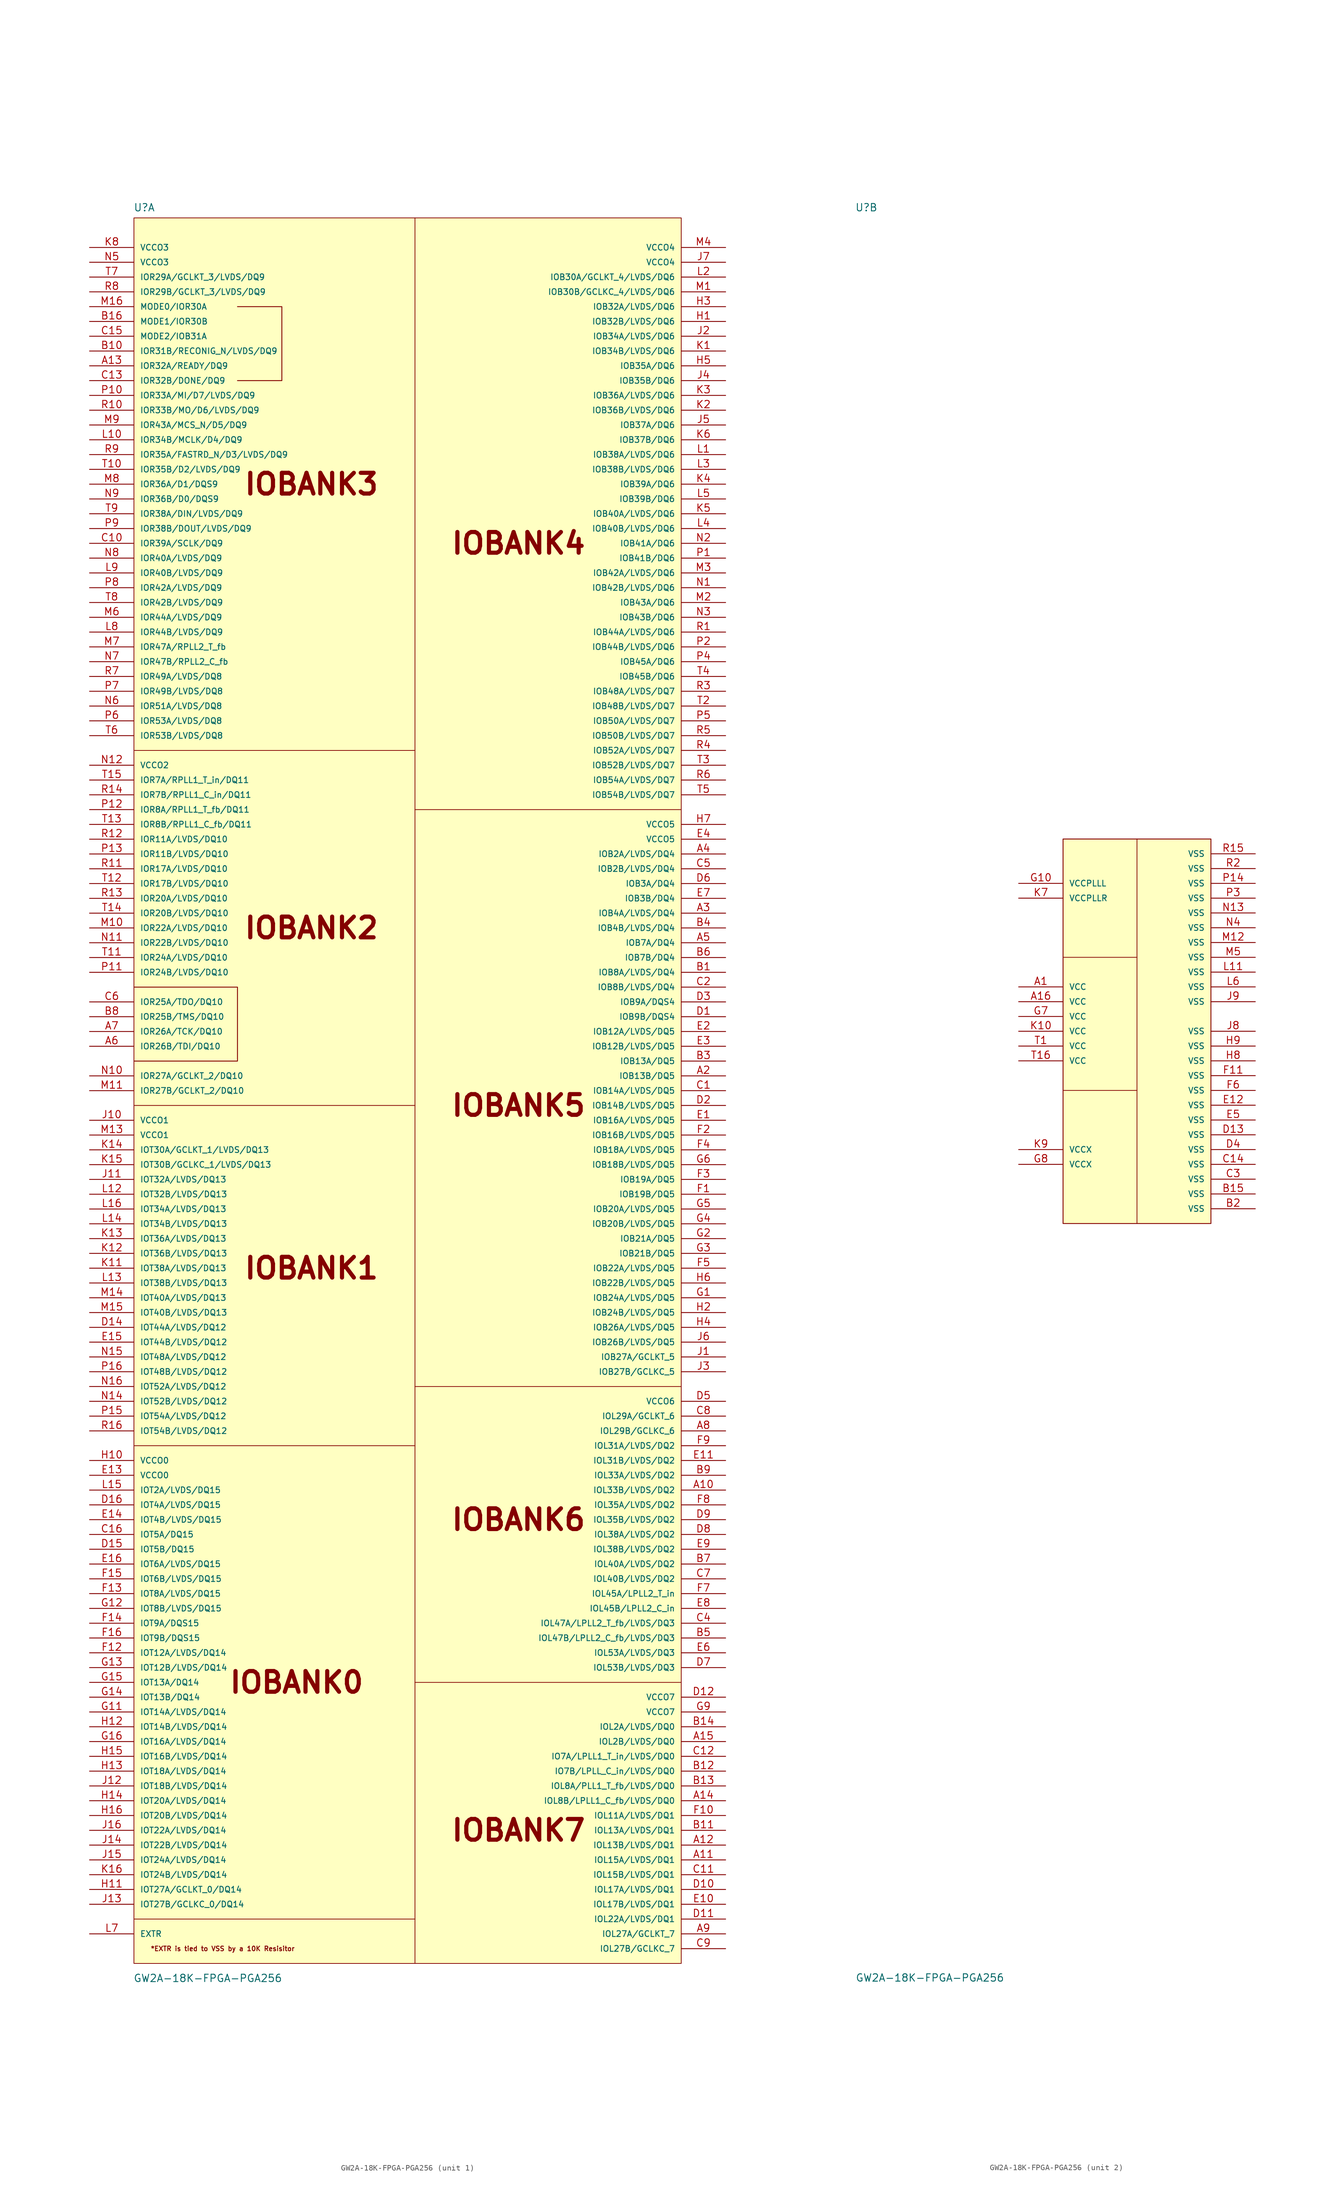
<source format=kicad_sym>
(kicad_symbol_lib
  (version 20211014)
  (generator kicad_symbol_editor)
  (symbol "GW2A-18K-FPGA-PGA256"
    (pin_names
      (offset 1.016))
    (property "Reference" "U"
      (at -46.482 146.558 0)
      (effects (font (size 1.27 1.27))))
    (property "Value" "GW2A-18K-FPGA-PGA256"
      (at -35.56 -157.48 0)
      (effects (font (size 1.27 1.27))))
    (property "ki_locked" ""
      (at 0 0 0)
      (effects (font (size 1.27 1.27))))
    (symbol "GW2A-18K-FPGA-PGA256_1_0"
      (polyline (pts (xy -48.26 -66.04) (xy 0 -66.04)) (stroke (width 0.127) (type default) (color 0 0 0 0)) (fill (type none)))
      (polyline (pts (xy -48.26 -7.62) (xy 0 -7.62)) (stroke (width 0.127) (type default) (color 0 0 0 0)) (fill (type none)))
      (polyline (pts (xy -48.26 53.34) (xy 0 53.34)) (stroke (width 0.127) (type default) (color 0 0 0 0)) (fill (type none)))
      (polyline (pts (xy 0 -147.32) (xy 0 -154.94)) (stroke (width 0.127) (type default) (color 0 0 0 0)) (fill (type none)))
      (polyline (pts (xy 45.72 -106.68) (xy 0 -106.68)) (stroke (width 0.127) (type default) (color 0 0 0 0)) (fill (type none)))
      (polyline (pts (xy 45.72 -55.88) (xy 0 -55.88)) (stroke (width 0.127) (type default) (color 0 0 0 0)) (fill (type none)))
      (polyline (pts (xy 45.72 43.18) (xy 0 43.18)) (stroke (width 0.127) (type default) (color 0 0 0 0)) (fill (type none)))
      (polyline (pts (xy 0 144.78) (xy 0 132.08) (xy 0 -147.32) (xy -48.26 -147.32)) (stroke (width 0.127) (type default) (color 0 0 0 0)) (fill (type none)))
      (text "*EXTR is tied to VSS by a 10K Resisitor" (at -33.02 -152.4 0) (effects (font (size 0.8 0.8))))
      (text "IOBANK0" (at -20.32 -106.68 0) (effects (font (size 3.556 3.556) bold)))
      (text "IOBANK1" (at -17.78 -35.56 0) (effects (font (size 3.556 3.556) bold)))
      (text "IOBANK2" (at -17.78 22.86 0) (effects (font (size 3.556 3.556) bold)))
      (text "IOBANK3" (at -17.78 99.06 0) (effects (font (size 3.556 3.556) bold)))
      (text "IOBANK4" (at 17.78 88.9 0) (effects (font (size 3.556 3.556) bold)))
      (text "IOBANK5" (at 17.78 -7.62 0) (effects (font (size 3.556 3.556) bold)))
      (text "IOBANK6" (at 17.78 -78.74 0) (effects (font (size 3.556 3.556) bold)))
      (text "IOBANK7" (at 17.78 -132.08 0) (effects (font (size 3.556 3.556) bold))))
    (symbol "GW2A-18K-FPGA-PGA256_1_1"
      (rectangle (start -48.26 144.78) (end 45.72 -154.94) (stroke (width 0.127) (type default) (color 0 0 0 0)) (fill (type background)))
      (polyline (pts (xy -48.26 12.7) (xy -30.48 12.7) (xy -30.48 0) (xy -48.26 0)) (stroke (width 0) (type default) (color 0 0 0 0)) (fill (type none)))
      (polyline (pts (xy -30.48 129.54) (xy -22.86 129.54) (xy -22.86 116.84) (xy -30.48 116.84)) (stroke (width 0) (type default) (color 0 0 0 0)) (fill (type none)))
      (pin bidirectional line (at 53.34 -73.66 180) (length 7.62) (name "IOL33B/LVDS/DQ2" (effects (font (size 1 1)))) (number "A10" (effects (font (size 1.27 1.27)))))
      (pin bidirectional line (at 53.34 -137.16 180) (length 7.62) (name "IOL15A/LVDS/DQ1" (effects (font (size 1 1)))) (number "A11" (effects (font (size 1.27 1.27)))))
      (pin bidirectional line (at 53.34 -134.62 180) (length 7.62) (name "IOL13B/LVDS/DQ1" (effects (font (size 1 1)))) (number "A12" (effects (font (size 1.27 1.27)))))
      (pin bidirectional line (at -55.88 119.38 0) (length 7.62) (name "IOR32A/READY/DQ9" (effects (font (size 1 1)))) (number "A13" (effects (font (size 1.27 1.27)))))
      (pin bidirectional line (at 53.34 -127 180) (length 7.62) (name "IOL8B/LPLL1_C_fb/LVDS/DQ0" (effects (font (size 1 1)))) (number "A14" (effects (font (size 1.27 1.27)))))
      (pin bidirectional line (at 53.34 -116.84 180) (length 7.62) (name "IOL2B/LVDS/DQ0" (effects (font (size 1 1)))) (number "A15" (effects (font (size 1.27 1.27)))))
      (pin bidirectional line (at 53.34 -2.54 180) (length 7.62) (name "IOB13B/DQ5" (effects (font (size 1 1)))) (number "A2" (effects (font (size 1.27 1.27)))))
      (pin bidirectional line (at 53.34 25.4 180) (length 7.62) (name "IOB4A/LVDS/DQ4" (effects (font (size 1 1)))) (number "A3" (effects (font (size 1.27 1.27)))))
      (pin bidirectional line (at 53.34 35.56 180) (length 7.62) (name "IOB2A/LVDS/DQ4" (effects (font (size 1 1)))) (number "A4" (effects (font (size 1.27 1.27)))))
      (pin bidirectional line (at 53.34 20.32 180) (length 7.62) (name "IOB7A/DQ4" (effects (font (size 1 1)))) (number "A5" (effects (font (size 1.27 1.27)))))
      (pin output line (at -55.88 2.54 0) (length 7.62) (name "IOR26B/TDI/DQ10" (effects (font (size 1 1)))) (number "A6" (effects (font (size 1.27 1.27)))))
      (pin bidirectional line (at -55.88 5.08 0) (length 7.62) (name "IOR26A/TCK/DQ10" (effects (font (size 1 1)))) (number "A7" (effects (font (size 1.27 1.27)))))
      (pin bidirectional line (at 53.34 -63.5 180) (length 7.62) (name "IOL29B/GCLKC_6" (effects (font (size 1 1)))) (number "A8" (effects (font (size 1.27 1.27)))))
      (pin bidirectional line (at 53.34 -149.86 180) (length 7.62) (name "IOL27A/GCLKT_7" (effects (font (size 1 1)))) (number "A9" (effects (font (size 1.27 1.27)))))
      (pin bidirectional line (at 53.34 15.24 180) (length 7.62) (name "IOB8A/LVDS/DQ4" (effects (font (size 1 1)))) (number "B1" (effects (font (size 1.27 1.27)))))
      (pin bidirectional line (at -55.88 121.92 0) (length 7.62) (name "IOR31B/RECONIG_N/LVDS/DQ9" (effects (font (size 1 1)))) (number "B10" (effects (font (size 1.27 1.27)))))
      (pin bidirectional line (at 53.34 -132.08 180) (length 7.62) (name "IOL13A/LVDS/DQ1" (effects (font (size 1 1)))) (number "B11" (effects (font (size 1.27 1.27)))))
      (pin bidirectional line (at 53.34 -121.92 180) (length 7.62) (name "IO7B/LPLL_C_in/LVDS/DQ0" (effects (font (size 1 1)))) (number "B12" (effects (font (size 1.27 1.27)))))
      (pin bidirectional line (at 53.34 -124.46 180) (length 7.62) (name "IOL8A/PLL1_T_fb/LVDS/DQ0" (effects (font (size 1 1)))) (number "B13" (effects (font (size 1.27 1.27)))))
      (pin bidirectional line (at 53.34 -114.3 180) (length 7.62) (name "IOL2A/LVDS/DQ0" (effects (font (size 1 1)))) (number "B14" (effects (font (size 1.27 1.27)))))
      (pin bidirectional line (at -55.88 127 0) (length 7.62) (name "MODE1/IOR30B" (effects (font (size 1 1)))) (number "B16" (effects (font (size 1.27 1.27)))))
      (pin bidirectional line (at 53.34 0 180) (length 7.62) (name "IOB13A/DQ5" (effects (font (size 1 1)))) (number "B3" (effects (font (size 1.27 1.27)))))
      (pin bidirectional line (at 53.34 22.86 180) (length 7.62) (name "IOB4B/LVDS/DQ4" (effects (font (size 1 1)))) (number "B4" (effects (font (size 1.27 1.27)))))
      (pin bidirectional line (at 53.34 -99.06 180) (length 7.62) (name "IOL47B/LPLL2_C_fb/LVDS/DQ3" (effects (font (size 1 1)))) (number "B5" (effects (font (size 1.27 1.27)))))
      (pin bidirectional line (at 53.34 17.78 180) (length 7.62) (name "IOB7B/DQ4" (effects (font (size 1 1)))) (number "B6" (effects (font (size 1.27 1.27)))))
      (pin bidirectional line (at 53.34 -86.36 180) (length 7.62) (name "IOL40A/LVDS/DQ2" (effects (font (size 1 1)))) (number "B7" (effects (font (size 1.27 1.27)))))
      (pin bidirectional line (at -55.88 7.62 0) (length 7.62) (name "IOR25B/TMS/DQ10" (effects (font (size 1 1)))) (number "B8" (effects (font (size 1.27 1.27)))))
      (pin bidirectional line (at 53.34 -71.12 180) (length 7.62) (name "IOL33A/LVDS/DQ2" (effects (font (size 1 1)))) (number "B9" (effects (font (size 1.27 1.27)))))
      (pin bidirectional line (at 53.34 -5.08 180) (length 7.62) (name "IOB14A/LVDS/DQ5" (effects (font (size 1 1)))) (number "C1" (effects (font (size 1.27 1.27)))))
      (pin bidirectional line (at -55.88 88.9 0) (length 7.62) (name "IOR39A/SCLK/DQ9" (effects (font (size 1 1)))) (number "C10" (effects (font (size 1.27 1.27)))))
      (pin bidirectional line (at 53.34 -139.7 180) (length 7.62) (name "IOL15B/LVDS/DQ1" (effects (font (size 1 1)))) (number "C11" (effects (font (size 1.27 1.27)))))
      (pin bidirectional line (at 53.34 -119.38 180) (length 7.62) (name "IO7A/LPLL1_T_in/LVDS/DQ0" (effects (font (size 1 1)))) (number "C12" (effects (font (size 1.27 1.27)))))
      (pin bidirectional line (at -55.88 116.84 0) (length 7.62) (name "IOR32B/DONE/DQ9" (effects (font (size 1 1)))) (number "C13" (effects (font (size 1.27 1.27)))))
      (pin bidirectional line (at -55.88 124.46 0) (length 7.62) (name "MODE2/IOB31A" (effects (font (size 1 1)))) (number "C15" (effects (font (size 1.27 1.27)))))
      (pin bidirectional line (at -55.88 -81.28 0) (length 7.62) (name "IOT5A/DQ15" (effects (font (size 1 1)))) (number "C16" (effects (font (size 1.27 1.27)))))
      (pin bidirectional line (at 53.34 12.7 180) (length 7.62) (name "IOB8B/LVDS/DQ4" (effects (font (size 1 1)))) (number "C2" (effects (font (size 1.27 1.27)))))
      (pin bidirectional line (at 53.34 -96.52 180) (length 7.62) (name "IOL47A/LPLL2_T_fb/LVDS/DQ3" (effects (font (size 1 1)))) (number "C4" (effects (font (size 1.27 1.27)))))
      (pin bidirectional line (at 53.34 33.02 180) (length 7.62) (name "IOB2B/LVDS/DQ4" (effects (font (size 1 1)))) (number "C5" (effects (font (size 1.27 1.27)))))
      (pin bidirectional line (at -55.88 10.16 0) (length 7.62) (name "IOR25A/TDO/DQ10" (effects (font (size 1 1)))) (number "C6" (effects (font (size 1.27 1.27)))))
      (pin bidirectional line (at 53.34 -88.9 180) (length 7.62) (name "IOL40B/LVDS/DQ2" (effects (font (size 1 1)))) (number "C7" (effects (font (size 1.27 1.27)))))
      (pin bidirectional line (at 53.34 -60.96 180) (length 7.62) (name "IOL29A/GCLKT_6" (effects (font (size 1 1)))) (number "C8" (effects (font (size 1.27 1.27)))))
      (pin bidirectional line (at 53.34 -152.4 180) (length 7.62) (name "IOL27B/GCLKC_7" (effects (font (size 1 1)))) (number "C9" (effects (font (size 1.27 1.27)))))
      (pin bidirectional line (at 53.34 7.62 180) (length 7.62) (name "IOB9B/DQS4" (effects (font (size 1 1)))) (number "D1" (effects (font (size 1.27 1.27)))))
      (pin bidirectional line (at 53.34 -142.24 180) (length 7.62) (name "IOL17A/LVDS/DQ1" (effects (font (size 1 1)))) (number "D10" (effects (font (size 1.27 1.27)))))
      (pin bidirectional line (at 53.34 -147.32 180) (length 7.62) (name "IOL22A/LVDS/DQ1" (effects (font (size 1 1)))) (number "D11" (effects (font (size 1.27 1.27)))))
      (pin power_in line (at 53.34 -109.22 180) (length 7.62) (name "VCCO7" (effects (font (size 1 1)))) (number "D12" (effects (font (size 1.27 1.27)))))
      (pin bidirectional line (at -55.88 -45.72 0) (length 7.62) (name "IOT44A/LVDS/DQ12" (effects (font (size 1 1)))) (number "D14" (effects (font (size 1.27 1.27)))))
      (pin bidirectional line (at -55.88 -83.82 0) (length 7.62) (name "IOT5B/DQ15" (effects (font (size 1 1)))) (number "D15" (effects (font (size 1.27 1.27)))))
      (pin bidirectional line (at -55.88 -76.2 0) (length 7.62) (name "IOT4A/LVDS/DQ15" (effects (font (size 1 1)))) (number "D16" (effects (font (size 1.27 1.27)))))
      (pin bidirectional line (at 53.34 -7.62 180) (length 7.62) (name "IOB14B/LVDS/DQ5" (effects (font (size 1 1)))) (number "D2" (effects (font (size 1.27 1.27)))))
      (pin bidirectional line (at 53.34 10.16 180) (length 7.62) (name "IOB9A/DQS4" (effects (font (size 1 1)))) (number "D3" (effects (font (size 1.27 1.27)))))
      (pin power_in line (at 53.34 -58.42 180) (length 7.62) (name "VCCO6" (effects (font (size 1 1)))) (number "D5" (effects (font (size 1.27 1.27)))))
      (pin bidirectional line (at 53.34 30.48 180) (length 7.62) (name "IOB3A/DQ4" (effects (font (size 1 1)))) (number "D6" (effects (font (size 1.27 1.27)))))
      (pin bidirectional line (at 53.34 -104.14 180) (length 7.62) (name "IOL53B/LVDS/DQ3" (effects (font (size 1 1)))) (number "D7" (effects (font (size 1.27 1.27)))))
      (pin bidirectional line (at 53.34 -81.28 180) (length 7.62) (name "IOL38A/LVDS/DQ2" (effects (font (size 1 1)))) (number "D8" (effects (font (size 1.27 1.27)))))
      (pin bidirectional line (at 53.34 -78.74 180) (length 7.62) (name "IOL35B/LVDS/DQ2" (effects (font (size 1 1)))) (number "D9" (effects (font (size 1.27 1.27)))))
      (pin bidirectional line (at 53.34 -10.16 180) (length 7.62) (name "IOB16A/LVDS/DQ5" (effects (font (size 1 1)))) (number "E1" (effects (font (size 1.27 1.27)))))
      (pin bidirectional line (at 53.34 -144.78 180) (length 7.62) (name "IOL17B/LVDS/DQ1" (effects (font (size 1 1)))) (number "E10" (effects (font (size 1.27 1.27)))))
      (pin bidirectional line (at 53.34 -68.58 180) (length 7.62) (name "IOL31B/LVDS/DQ2" (effects (font (size 1 1)))) (number "E11" (effects (font (size 1.27 1.27)))))
      (pin power_in line (at -55.88 -71.12 0) (length 7.62) (name "VCCO0" (effects (font (size 1 1)))) (number "E13" (effects (font (size 1.27 1.27)))))
      (pin bidirectional line (at -55.88 -78.74 0) (length 7.62) (name "IOT4B/LVDS/DQ15" (effects (font (size 1 1)))) (number "E14" (effects (font (size 1.27 1.27)))))
      (pin bidirectional line (at -55.88 -48.26 0) (length 7.62) (name "IOT44B/LVDS/DQ12" (effects (font (size 1 1)))) (number "E15" (effects (font (size 1.27 1.27)))))
      (pin bidirectional line (at -55.88 -86.36 0) (length 7.62) (name "IOT6A/LVDS/DQ15" (effects (font (size 1 1)))) (number "E16" (effects (font (size 1.27 1.27)))))
      (pin bidirectional line (at 53.34 5.08 180) (length 7.62) (name "IOB12A/LVDS/DQ5" (effects (font (size 1 1)))) (number "E2" (effects (font (size 1.27 1.27)))))
      (pin bidirectional line (at 53.34 2.54 180) (length 7.62) (name "IOB12B/LVDS/DQ5" (effects (font (size 1 1)))) (number "E3" (effects (font (size 1.27 1.27)))))
      (pin power_in line (at 53.34 38.1 180) (length 7.62) (name "VCCO5" (effects (font (size 1 1)))) (number "E4" (effects (font (size 1.27 1.27)))))
      (pin bidirectional line (at 53.34 -101.6 180) (length 7.62) (name "IOL53A/LVDS/DQ3" (effects (font (size 1 1)))) (number "E6" (effects (font (size 1.27 1.27)))))
      (pin bidirectional line (at 53.34 27.94 180) (length 7.62) (name "IOB3B/DQ4" (effects (font (size 1 1)))) (number "E7" (effects (font (size 1.27 1.27)))))
      (pin bidirectional line (at 53.34 -93.98 180) (length 7.62) (name "IOL45B/LPLL2_C_in" (effects (font (size 1 1)))) (number "E8" (effects (font (size 1.27 1.27)))))
      (pin bidirectional line (at 53.34 -83.82 180) (length 7.62) (name "IOL38B/LVDS/DQ2" (effects (font (size 1 1)))) (number "E9" (effects (font (size 1.27 1.27)))))
      (pin bidirectional line (at 53.34 -22.86 180) (length 7.62) (name "IOB19B/DQ5" (effects (font (size 1 1)))) (number "F1" (effects (font (size 1.27 1.27)))))
      (pin bidirectional line (at 53.34 -129.54 180) (length 7.62) (name "IOL11A/LVDS/DQ1" (effects (font (size 1 1)))) (number "F10" (effects (font (size 1.27 1.27)))))
      (pin bidirectional line (at -55.88 -101.6 0) (length 7.62) (name "IOT12A/LVDS/DQ14" (effects (font (size 1 1)))) (number "F12" (effects (font (size 1.27 1.27)))))
      (pin input line (at -55.88 -91.44 0) (length 7.62) (name "IOT8A/LVDS/DQ15" (effects (font (size 1 1)))) (number "F13" (effects (font (size 1.27 1.27)))))
      (pin bidirectional line (at -55.88 -96.52 0) (length 7.62) (name "IOT9A/DQS15" (effects (font (size 1 1)))) (number "F14" (effects (font (size 1.27 1.27)))))
      (pin input line (at -55.88 -88.9 0) (length 7.62) (name "IOT6B/LVDS/DQ15" (effects (font (size 1 1)))) (number "F15" (effects (font (size 1.27 1.27)))))
      (pin bidirectional line (at -55.88 -99.06 0) (length 7.62) (name "IOT9B/DQS15" (effects (font (size 1 1)))) (number "F16" (effects (font (size 1.27 1.27)))))
      (pin bidirectional line (at 53.34 -12.7 180) (length 7.62) (name "IOB16B/LVDS/DQ5" (effects (font (size 1 1)))) (number "F2" (effects (font (size 1.27 1.27)))))
      (pin bidirectional line (at 53.34 -20.32 180) (length 7.62) (name "IOB19A/DQ5" (effects (font (size 1 1)))) (number "F3" (effects (font (size 1.27 1.27)))))
      (pin bidirectional line (at 53.34 -15.24 180) (length 7.62) (name "IOB18A/LVDS/DQ5" (effects (font (size 1 1)))) (number "F4" (effects (font (size 1.27 1.27)))))
      (pin bidirectional line (at 53.34 -35.56 180) (length 7.62) (name "IOB22A/LVDS/DQ5" (effects (font (size 1 1)))) (number "F5" (effects (font (size 1.27 1.27)))))
      (pin bidirectional line (at 53.34 -91.44 180) (length 7.62) (name "IOL45A/LPLL2_T_in" (effects (font (size 1 1)))) (number "F7" (effects (font (size 1.27 1.27)))))
      (pin bidirectional line (at 53.34 -76.2 180) (length 7.62) (name "IOL35A/LVDS/DQ2" (effects (font (size 1 1)))) (number "F8" (effects (font (size 1.27 1.27)))))
      (pin bidirectional line (at 53.34 -66.04 180) (length 7.62) (name "IOL31A/LVDS/DQ2" (effects (font (size 1 1)))) (number "F9" (effects (font (size 1.27 1.27)))))
      (pin bidirectional line (at 53.34 -40.64 180) (length 7.62) (name "IOB24A/LVDS/DQ5" (effects (font (size 1 1)))) (number "G1" (effects (font (size 1.27 1.27)))))
      (pin input line (at -55.88 -111.76 0) (length 7.62) (name "IOT14A/LVDS/DQ14" (effects (font (size 1 1)))) (number "G11" (effects (font (size 1.27 1.27)))))
      (pin bidirectional line (at -55.88 -93.98 0) (length 7.62) (name "IOT8B/LVDS/DQ15" (effects (font (size 1 1)))) (number "G12" (effects (font (size 1.27 1.27)))))
      (pin bidirectional line (at -55.88 -104.14 0) (length 7.62) (name "IOT12B/LVDS/DQ14" (effects (font (size 1 1)))) (number "G13" (effects (font (size 1.27 1.27)))))
      (pin bidirectional line (at -55.88 -109.22 0) (length 7.62) (name "IOT13B/DQ14" (effects (font (size 1 1)))) (number "G14" (effects (font (size 1.27 1.27)))))
      (pin bidirectional line (at -55.88 -106.68 0) (length 7.62) (name "IOT13A/DQ14" (effects (font (size 1 1)))) (number "G15" (effects (font (size 1.27 1.27)))))
      (pin input line (at -55.88 -116.84 0) (length 7.62) (name "IOT16A/LVDS/DQ14" (effects (font (size 1 1)))) (number "G16" (effects (font (size 1.27 1.27)))))
      (pin bidirectional line (at 53.34 -30.48 180) (length 7.62) (name "IOB21A/DQ5" (effects (font (size 1 1)))) (number "G2" (effects (font (size 1.27 1.27)))))
      (pin bidirectional line (at 53.34 -33.02 180) (length 7.62) (name "IOB21B/DQ5" (effects (font (size 1 1)))) (number "G3" (effects (font (size 1.27 1.27)))))
      (pin bidirectional line (at 53.34 -27.94 180) (length 7.62) (name "IOB20B/LVDS/DQ5" (effects (font (size 1 1)))) (number "G4" (effects (font (size 1.27 1.27)))))
      (pin bidirectional line (at 53.34 -25.4 180) (length 7.62) (name "IOB20A/LVDS/DQ5" (effects (font (size 1 1)))) (number "G5" (effects (font (size 1.27 1.27)))))
      (pin bidirectional line (at 53.34 -17.78 180) (length 7.62) (name "IOB18B/LVDS/DQ5" (effects (font (size 1 1)))) (number "G6" (effects (font (size 1.27 1.27)))))
      (pin power_in line (at 53.34 -111.76 180) (length 7.62) (name "VCCO7" (effects (font (size 1 1)))) (number "G9" (effects (font (size 1.27 1.27)))))
      (pin bidirectional line (at 53.34 127 180) (length 7.62) (name "IOB32B/LVDS/DQ6" (effects (font (size 1 1)))) (number "H1" (effects (font (size 1.27 1.27)))))
      (pin power_in line (at -55.88 -68.58 0) (length 7.62) (name "VCCO0" (effects (font (size 1 1)))) (number "H10" (effects (font (size 1.27 1.27)))))
      (pin bidirectional line (at -55.88 -142.24 0) (length 7.62) (name "IOT27A/GCLKT_0/DQ14" (effects (font (size 1 1)))) (number "H11" (effects (font (size 1.27 1.27)))))
      (pin input line (at -55.88 -114.3 0) (length 7.62) (name "IOT14B/LVDS/DQ14" (effects (font (size 1 1)))) (number "H12" (effects (font (size 1.27 1.27)))))
      (pin input line (at -55.88 -121.92 0) (length 7.62) (name "IOT18A/LVDS/DQ14" (effects (font (size 1 1)))) (number "H13" (effects (font (size 1.27 1.27)))))
      (pin input line (at -55.88 -127 0) (length 7.62) (name "IOT20A/LVDS/DQ14" (effects (font (size 1 1)))) (number "H14" (effects (font (size 1.27 1.27)))))
      (pin input line (at -55.88 -119.38 0) (length 7.62) (name "IOT16B/LVDS/DQ14" (effects (font (size 1 1)))) (number "H15" (effects (font (size 1.27 1.27)))))
      (pin bidirectional line (at -55.88 -129.54 0) (length 7.62) (name "IOT20B/LVDS/DQ14" (effects (font (size 1 1)))) (number "H16" (effects (font (size 1.27 1.27)))))
      (pin bidirectional line (at 53.34 -43.18 180) (length 7.62) (name "IOB24B/LVDS/DQ5" (effects (font (size 1 1)))) (number "H2" (effects (font (size 1.27 1.27)))))
      (pin bidirectional line (at 53.34 129.54 180) (length 7.62) (name "IOB32A/LVDS/DQ6" (effects (font (size 1 1)))) (number "H3" (effects (font (size 1.27 1.27)))))
      (pin bidirectional line (at 53.34 -45.72 180) (length 7.62) (name "IOB26A/LVDS/DQ5" (effects (font (size 1 1)))) (number "H4" (effects (font (size 1.27 1.27)))))
      (pin bidirectional line (at 53.34 119.38 180) (length 7.62) (name "IOB35A/DQ6" (effects (font (size 1 1)))) (number "H5" (effects (font (size 1.27 1.27)))))
      (pin bidirectional line (at 53.34 -38.1 180) (length 7.62) (name "IOB22B/LVDS/DQ5" (effects (font (size 1 1)))) (number "H6" (effects (font (size 1.27 1.27)))))
      (pin power_in line (at 53.34 40.64 180) (length 7.62) (name "VCCO5" (effects (font (size 1 1)))) (number "H7" (effects (font (size 1.27 1.27)))))
      (pin bidirectional line (at 53.34 -50.8 180) (length 7.62) (name "IOB27A/GCLKT_5" (effects (font (size 1 1)))) (number "J1" (effects (font (size 1.27 1.27)))))
      (pin power_in line (at -55.88 -10.16 0) (length 7.62) (name "VCCO1" (effects (font (size 1 1)))) (number "J10" (effects (font (size 1.27 1.27)))))
      (pin bidirectional line (at -55.88 -20.32 0) (length 7.62) (name "IOT32A/LVDS/DQ13" (effects (font (size 1 1)))) (number "J11" (effects (font (size 1.27 1.27)))))
      (pin input line (at -55.88 -124.46 0) (length 7.62) (name "IOT18B/LVDS/DQ14" (effects (font (size 1 1)))) (number "J12" (effects (font (size 1.27 1.27)))))
      (pin bidirectional line (at -55.88 -144.78 0) (length 7.62) (name "IOT27B/GCLKC_0/DQ14" (effects (font (size 1 1)))) (number "J13" (effects (font (size 1.27 1.27)))))
      (pin bidirectional line (at -55.88 -134.62 0) (length 7.62) (name "IOT22B/LVDS/DQ14" (effects (font (size 1 1)))) (number "J14" (effects (font (size 1.27 1.27)))))
      (pin bidirectional line (at -55.88 -137.16 0) (length 7.62) (name "IOT24A/LVDS/DQ14" (effects (font (size 1 1)))) (number "J15" (effects (font (size 1.27 1.27)))))
      (pin bidirectional line (at -55.88 -132.08 0) (length 7.62) (name "IOT22A/LVDS/DQ14" (effects (font (size 1 1)))) (number "J16" (effects (font (size 1.27 1.27)))))
      (pin bidirectional line (at 53.34 124.46 180) (length 7.62) (name "IOB34A/LVDS/DQ6" (effects (font (size 1 1)))) (number "J2" (effects (font (size 1.27 1.27)))))
      (pin bidirectional line (at 53.34 -53.34 180) (length 7.62) (name "IOB27B/GCLKC_5" (effects (font (size 1 1)))) (number "J3" (effects (font (size 1.27 1.27)))))
      (pin input line (at 53.34 116.84 180) (length 7.62) (name "IOB35B/DQ6" (effects (font (size 1 1)))) (number "J4" (effects (font (size 1.27 1.27)))))
      (pin bidirectional line (at 53.34 109.22 180) (length 7.62) (name "IOB37A/DQ6" (effects (font (size 1 1)))) (number "J5" (effects (font (size 1.27 1.27)))))
      (pin bidirectional line (at 53.34 -48.26 180) (length 7.62) (name "IOB26B/LVDS/DQ5" (effects (font (size 1 1)))) (number "J6" (effects (font (size 1.27 1.27)))))
      (pin power_in line (at 53.34 137.16 180) (length 7.62) (name "VCCO4" (effects (font (size 1 1)))) (number "J7" (effects (font (size 1.27 1.27)))))
      (pin bidirectional line (at 53.34 121.92 180) (length 7.62) (name "IOB34B/LVDS/DQ6" (effects (font (size 1 1)))) (number "K1" (effects (font (size 1.27 1.27)))))
      (pin bidirectional line (at -55.88 -35.56 0) (length 7.62) (name "IOT38A/LVDS/DQ13" (effects (font (size 1 1)))) (number "K11" (effects (font (size 1.27 1.27)))))
      (pin bidirectional line (at -55.88 -33.02 0) (length 7.62) (name "IOT36B/LVDS/DQ13" (effects (font (size 1 1)))) (number "K12" (effects (font (size 1.27 1.27)))))
      (pin bidirectional line (at -55.88 -30.48 0) (length 7.62) (name "IOT36A/LVDS/DQ13" (effects (font (size 1 1)))) (number "K13" (effects (font (size 1.27 1.27)))))
      (pin bidirectional line (at -55.88 -15.24 0) (length 7.62) (name "IOT30A/GCLKT_1/LVDS/DQ13" (effects (font (size 1 1)))) (number "K14" (effects (font (size 1.27 1.27)))))
      (pin bidirectional line (at -55.88 -17.78 0) (length 7.62) (name "IOT30B/GCLKC_1/LVDS/DQ13" (effects (font (size 1 1)))) (number "K15" (effects (font (size 1.27 1.27)))))
      (pin bidirectional line (at -55.88 -139.7 0) (length 7.62) (name "IOT24B/LVDS/DQ14" (effects (font (size 1 1)))) (number "K16" (effects (font (size 1.27 1.27)))))
      (pin bidirectional line (at 53.34 111.76 180) (length 7.62) (name "IOB36B/LVDS/DQ6" (effects (font (size 1 1)))) (number "K2" (effects (font (size 1.27 1.27)))))
      (pin bidirectional line (at 53.34 114.3 180) (length 7.62) (name "IOB36A/LVDS/DQ6" (effects (font (size 1 1)))) (number "K3" (effects (font (size 1.27 1.27)))))
      (pin bidirectional line (at 53.34 99.06 180) (length 7.62) (name "IOB39A/DQ6" (effects (font (size 1 1)))) (number "K4" (effects (font (size 1.27 1.27)))))
      (pin bidirectional line (at 53.34 93.98 180) (length 7.62) (name "IOB40A/LVDS/DQ6" (effects (font (size 1 1)))) (number "K5" (effects (font (size 1.27 1.27)))))
      (pin bidirectional line (at 53.34 106.68 180) (length 7.62) (name "IOB37B/DQ6" (effects (font (size 1 1)))) (number "K6" (effects (font (size 1.27 1.27)))))
      (pin power_in line (at -55.88 139.7 0) (length 7.62) (name "VCCO3" (effects (font (size 1 1)))) (number "K8" (effects (font (size 1.27 1.27)))))
      (pin bidirectional line (at 53.34 104.14 180) (length 7.62) (name "IOB38A/LVDS/DQ6" (effects (font (size 1 1)))) (number "L1" (effects (font (size 1.27 1.27)))))
      (pin bidirectional line (at -55.88 106.68 0) (length 7.62) (name "IOR34B/MCLK/D4/DQ9" (effects (font (size 1 1)))) (number "L10" (effects (font (size 1.27 1.27)))))
      (pin bidirectional line (at -55.88 -22.86 0) (length 7.62) (name "IOT32B/LVDS/DQ13" (effects (font (size 1 1)))) (number "L12" (effects (font (size 1.27 1.27)))))
      (pin bidirectional line (at -55.88 -38.1 0) (length 7.62) (name "IOT38B/LVDS/DQ13" (effects (font (size 1 1)))) (number "L13" (effects (font (size 1.27 1.27)))))
      (pin bidirectional line (at -55.88 -27.94 0) (length 7.62) (name "IOT34B/LVDS/DQ13" (effects (font (size 1 1)))) (number "L14" (effects (font (size 1.27 1.27)))))
      (pin bidirectional line (at -55.88 -73.66 0) (length 7.62) (name "IOT2A/LVDS/DQ15" (effects (font (size 1 1)))) (number "L15" (effects (font (size 1.27 1.27)))))
      (pin bidirectional line (at -55.88 -25.4 0) (length 7.62) (name "IOT34A/LVDS/DQ13" (effects (font (size 1 1)))) (number "L16" (effects (font (size 1.27 1.27)))))
      (pin bidirectional line (at 53.34 134.62 180) (length 7.62) (name "IOB30A/GCLKT_4/LVDS/DQ6" (effects (font (size 1 1)))) (number "L2" (effects (font (size 1.27 1.27)))))
      (pin bidirectional line (at 53.34 101.6 180) (length 7.62) (name "IOB38B/LVDS/DQ6" (effects (font (size 1 1)))) (number "L3" (effects (font (size 1.27 1.27)))))
      (pin bidirectional line (at 53.34 91.44 180) (length 7.62) (name "IOB40B/LVDS/DQ6" (effects (font (size 1 1)))) (number "L4" (effects (font (size 1.27 1.27)))))
      (pin bidirectional line (at 53.34 96.52 180) (length 7.62) (name "IOB39B/DQ6" (effects (font (size 1 1)))) (number "L5" (effects (font (size 1.27 1.27)))))
      (pin input line (at -55.88 -149.86 0) (length 7.62) (name "EXTR" (effects (font (size 1 1)))) (number "L7" (effects (font (size 1.27 1.27)))))
      (pin bidirectional line (at -55.88 73.66 0) (length 7.62) (name "IOR44B/LVDS/DQ9" (effects (font (size 1 1)))) (number "L8" (effects (font (size 1.27 1.27)))))
      (pin bidirectional line (at -55.88 83.82 0) (length 7.62) (name "IOR40B/LVDS/DQ9" (effects (font (size 1 1)))) (number "L9" (effects (font (size 1.27 1.27)))))
      (pin bidirectional line (at 53.34 132.08 180) (length 7.62) (name "IOB30B/GCLKC_4/LVDS/DQ6" (effects (font (size 1 1)))) (number "M1" (effects (font (size 1.27 1.27)))))
      (pin bidirectional line (at -55.88 22.86 0) (length 7.62) (name "IOR22A/LVDS/DQ10" (effects (font (size 1 1)))) (number "M10" (effects (font (size 1.27 1.27)))))
      (pin bidirectional line (at -55.88 -5.08 0) (length 7.62) (name "IOR27B/GCLKT_2/DQ10" (effects (font (size 1 1)))) (number "M11" (effects (font (size 1.27 1.27)))))
      (pin power_in line (at -55.88 -12.7 0) (length 7.62) (name "VCCO1" (effects (font (size 1 1)))) (number "M13" (effects (font (size 1.27 1.27)))))
      (pin bidirectional line (at -55.88 -40.64 0) (length 7.62) (name "IOT40A/LVDS/DQ13" (effects (font (size 1 1)))) (number "M14" (effects (font (size 1.27 1.27)))))
      (pin bidirectional line (at -55.88 -43.18 0) (length 7.62) (name "IOT40B/LVDS/DQ13" (effects (font (size 1 1)))) (number "M15" (effects (font (size 1.27 1.27)))))
      (pin bidirectional line (at -55.88 129.54 0) (length 7.62) (name "MODE0/IOR30A" (effects (font (size 1 1)))) (number "M16" (effects (font (size 1.27 1.27)))))
      (pin bidirectional line (at 53.34 78.74 180) (length 7.62) (name "IOB43A/DQ6" (effects (font (size 1 1)))) (number "M2" (effects (font (size 1.27 1.27)))))
      (pin bidirectional line (at 53.34 83.82 180) (length 7.62) (name "IOB42A/LVDS/DQ6" (effects (font (size 1 1)))) (number "M3" (effects (font (size 1.27 1.27)))))
      (pin power_in line (at 53.34 139.7 180) (length 7.62) (name "VCCO4" (effects (font (size 1 1)))) (number "M4" (effects (font (size 1.27 1.27)))))
      (pin bidirectional line (at -55.88 76.2 0) (length 7.62) (name "IOR44A/LVDS/DQ9" (effects (font (size 1 1)))) (number "M6" (effects (font (size 1.27 1.27)))))
      (pin bidirectional line (at -55.88 71.12 0) (length 7.62) (name "IOR47A/RPLL2_T_fb" (effects (font (size 1 1)))) (number "M7" (effects (font (size 1.27 1.27)))))
      (pin bidirectional line (at -55.88 99.06 0) (length 7.62) (name "IOR36A/D1/DQS9" (effects (font (size 1 1)))) (number "M8" (effects (font (size 1.27 1.27)))))
      (pin bidirectional line (at -55.88 109.22 0) (length 7.62) (name "IOR43A/MCS_N/D5/DQ9" (effects (font (size 1 1)))) (number "M9" (effects (font (size 1.27 1.27)))))
      (pin bidirectional line (at 53.34 81.28 180) (length 7.62) (name "IOB42B/LVDS/DQ6" (effects (font (size 1 1)))) (number "N1" (effects (font (size 1.27 1.27)))))
      (pin bidirectional line (at -55.88 -2.54 0) (length 7.62) (name "IOR27A/GCLKT_2/DQ10" (effects (font (size 1 1)))) (number "N10" (effects (font (size 1.27 1.27)))))
      (pin bidirectional line (at -55.88 20.32 0) (length 7.62) (name "IOR22B/LVDS/DQ10" (effects (font (size 1 1)))) (number "N11" (effects (font (size 1.27 1.27)))))
      (pin power_in line (at -55.88 50.8 0) (length 7.62) (name "VCCO2" (effects (font (size 1 1)))) (number "N12" (effects (font (size 1.27 1.27)))))
      (pin bidirectional line (at -55.88 -58.42 0) (length 7.62) (name "IOT52B/LVDS/DQ12" (effects (font (size 1 1)))) (number "N14" (effects (font (size 1.27 1.27)))))
      (pin bidirectional line (at -55.88 -50.8 0) (length 7.62) (name "IOT48A/LVDS/DQ12" (effects (font (size 1 1)))) (number "N15" (effects (font (size 1.27 1.27)))))
      (pin bidirectional line (at -55.88 -55.88 0) (length 7.62) (name "IOT52A/LVDS/DQ12" (effects (font (size 1 1)))) (number "N16" (effects (font (size 1.27 1.27)))))
      (pin bidirectional line (at 53.34 88.9 180) (length 7.62) (name "IOB41A/DQ6" (effects (font (size 1 1)))) (number "N2" (effects (font (size 1.27 1.27)))))
      (pin bidirectional line (at 53.34 76.2 180) (length 7.62) (name "IOB43B/DQ6" (effects (font (size 1 1)))) (number "N3" (effects (font (size 1.27 1.27)))))
      (pin power_in line (at -55.88 137.16 0) (length 7.62) (name "VCCO3" (effects (font (size 1 1)))) (number "N5" (effects (font (size 1.27 1.27)))))
      (pin bidirectional line (at -55.88 60.96 0) (length 7.62) (name "IOR51A/LVDS/DQ8" (effects (font (size 1 1)))) (number "N6" (effects (font (size 1.27 1.27)))))
      (pin bidirectional line (at -55.88 68.58 0) (length 7.62) (name "IOR47B/RPLL2_C_fb" (effects (font (size 1 1)))) (number "N7" (effects (font (size 1.27 1.27)))))
      (pin bidirectional line (at -55.88 86.36 0) (length 7.62) (name "IOR40A/LVDS/DQ9" (effects (font (size 1 1)))) (number "N8" (effects (font (size 1.27 1.27)))))
      (pin bidirectional line (at -55.88 96.52 0) (length 7.62) (name "IOR36B/D0/DQS9" (effects (font (size 1 1)))) (number "N9" (effects (font (size 1.27 1.27)))))
      (pin bidirectional line (at 53.34 86.36 180) (length 7.62) (name "IOB41B/DQ6" (effects (font (size 1 1)))) (number "P1" (effects (font (size 1.27 1.27)))))
      (pin bidirectional line (at -55.88 114.3 0) (length 7.62) (name "IOR33A/MI/D7/LVDS/DQ9" (effects (font (size 1 1)))) (number "P10" (effects (font (size 1.27 1.27)))))
      (pin bidirectional line (at -55.88 15.24 0) (length 7.62) (name "IOR24B/LVDS/DQ10" (effects (font (size 1 1)))) (number "P11" (effects (font (size 1.27 1.27)))))
      (pin bidirectional line (at -55.88 43.18 0) (length 7.62) (name "IOR8A/RPLL1_T_fb/DQ11" (effects (font (size 1 1)))) (number "P12" (effects (font (size 1.27 1.27)))))
      (pin bidirectional line (at -55.88 35.56 0) (length 7.62) (name "IOR11B/LVDS/DQ10" (effects (font (size 1 1)))) (number "P13" (effects (font (size 1.27 1.27)))))
      (pin bidirectional line (at -55.88 -60.96 0) (length 7.62) (name "IOT54A/LVDS/DQ12" (effects (font (size 1 1)))) (number "P15" (effects (font (size 1.27 1.27)))))
      (pin bidirectional line (at -55.88 -53.34 0) (length 7.62) (name "IOT48B/LVDS/DQ12" (effects (font (size 1 1)))) (number "P16" (effects (font (size 1.27 1.27)))))
      (pin bidirectional line (at 53.34 71.12 180) (length 7.62) (name "IOB44B/LVDS/DQ6" (effects (font (size 1 1)))) (number "P2" (effects (font (size 1.27 1.27)))))
      (pin bidirectional line (at 53.34 68.58 180) (length 7.62) (name "IOB45A/DQ6" (effects (font (size 1 1)))) (number "P4" (effects (font (size 1.27 1.27)))))
      (pin bidirectional line (at 53.34 58.42 180) (length 7.62) (name "IOB50A/LVDS/DQ7" (effects (font (size 1 1)))) (number "P5" (effects (font (size 1.27 1.27)))))
      (pin bidirectional line (at -55.88 58.42 0) (length 7.62) (name "IOR53A/LVDS/DQ8" (effects (font (size 1 1)))) (number "P6" (effects (font (size 1.27 1.27)))))
      (pin bidirectional line (at -55.88 63.5 0) (length 7.62) (name "IOR49B/LVDS/DQ8" (effects (font (size 1 1)))) (number "P7" (effects (font (size 1.27 1.27)))))
      (pin bidirectional line (at -55.88 81.28 0) (length 7.62) (name "IOR42A/LVDS/DQ9" (effects (font (size 1 1)))) (number "P8" (effects (font (size 1.27 1.27)))))
      (pin bidirectional line (at -55.88 91.44 0) (length 7.62) (name "IOR38B/DOUT/LVDS/DQ9" (effects (font (size 1 1)))) (number "P9" (effects (font (size 1.27 1.27)))))
      (pin bidirectional line (at 53.34 73.66 180) (length 7.62) (name "IOB44A/LVDS/DQ6" (effects (font (size 1 1)))) (number "R1" (effects (font (size 1.27 1.27)))))
      (pin bidirectional line (at -55.88 111.76 0) (length 7.62) (name "IOR33B/MO/D6/LVDS/DQ9" (effects (font (size 1 1)))) (number "R10" (effects (font (size 1.27 1.27)))))
      (pin bidirectional line (at -55.88 33.02 0) (length 7.62) (name "IOR17A/LVDS/DQ10" (effects (font (size 1 1)))) (number "R11" (effects (font (size 1.27 1.27)))))
      (pin bidirectional line (at -55.88 38.1 0) (length 7.62) (name "IOR11A/LVDS/DQ10" (effects (font (size 1 1)))) (number "R12" (effects (font (size 1.27 1.27)))))
      (pin bidirectional line (at -55.88 27.94 0) (length 7.62) (name "IOR20A/LVDS/DQ10" (effects (font (size 1 1)))) (number "R13" (effects (font (size 1.27 1.27)))))
      (pin bidirectional line (at -55.88 45.72 0) (length 7.62) (name "IOR7B/RPLL1_C_in/DQ11" (effects (font (size 1 1)))) (number "R14" (effects (font (size 1.27 1.27)))))
      (pin bidirectional line (at -55.88 -63.5 0) (length 7.62) (name "IOT54B/LVDS/DQ12" (effects (font (size 1 1)))) (number "R16" (effects (font (size 1.27 1.27)))))
      (pin bidirectional line (at 53.34 63.5 180) (length 7.62) (name "IOB48A/LVDS/DQ7" (effects (font (size 1 1)))) (number "R3" (effects (font (size 1.27 1.27)))))
      (pin bidirectional line (at 53.34 53.34 180) (length 7.62) (name "IOB52A/LVDS/DQ7" (effects (font (size 1 1)))) (number "R4" (effects (font (size 1.27 1.27)))))
      (pin bidirectional line (at 53.34 55.88 180) (length 7.62) (name "IOB50B/LVDS/DQ7" (effects (font (size 1 1)))) (number "R5" (effects (font (size 1.27 1.27)))))
      (pin bidirectional line (at 53.34 48.26 180) (length 7.62) (name "IOB54A/LVDS/DQ7" (effects (font (size 1 1)))) (number "R6" (effects (font (size 1.27 1.27)))))
      (pin bidirectional line (at -55.88 66.04 0) (length 7.62) (name "IOR49A/LVDS/DQ8" (effects (font (size 1 1)))) (number "R7" (effects (font (size 1.27 1.27)))))
      (pin bidirectional line (at -55.88 132.08 0) (length 7.62) (name "IOR29B/GCLKT_3/LVDS/DQ9" (effects (font (size 1 1)))) (number "R8" (effects (font (size 1.27 1.27)))))
      (pin bidirectional line (at -55.88 104.14 0) (length 7.62) (name "IOR35A/FASTRD_N/D3/LVDS/DQ9" (effects (font (size 1 1)))) (number "R9" (effects (font (size 1.27 1.27)))))
      (pin bidirectional line (at -55.88 101.6 0) (length 7.62) (name "IOR35B/D2/LVDS/DQ9" (effects (font (size 1 1)))) (number "T10" (effects (font (size 1.27 1.27)))))
      (pin bidirectional line (at -55.88 17.78 0) (length 7.62) (name "IOR24A/LVDS/DQ10" (effects (font (size 1 1)))) (number "T11" (effects (font (size 1.27 1.27)))))
      (pin bidirectional line (at -55.88 30.48 0) (length 7.62) (name "IOR17B/LVDS/DQ10" (effects (font (size 1 1)))) (number "T12" (effects (font (size 1.27 1.27)))))
      (pin bidirectional line (at -55.88 40.64 0) (length 7.62) (name "IOR8B/RPLL1_C_fb/DQ11" (effects (font (size 1 1)))) (number "T13" (effects (font (size 1.27 1.27)))))
      (pin bidirectional line (at -55.88 25.4 0) (length 7.62) (name "IOR20B/LVDS/DQ10" (effects (font (size 1 1)))) (number "T14" (effects (font (size 1.27 1.27)))))
      (pin bidirectional line (at -55.88 48.26 0) (length 7.62) (name "IOR7A/RPLL1_T_in/DQ11" (effects (font (size 1 1)))) (number "T15" (effects (font (size 1.27 1.27)))))
      (pin bidirectional line (at 53.34 60.96 180) (length 7.62) (name "IOB48B/LVDS/DQ7" (effects (font (size 1 1)))) (number "T2" (effects (font (size 1.27 1.27)))))
      (pin bidirectional line (at 53.34 50.8 180) (length 7.62) (name "IOB52B/LVDS/DQ7" (effects (font (size 1 1)))) (number "T3" (effects (font (size 1.27 1.27)))))
      (pin bidirectional line (at 53.34 66.04 180) (length 7.62) (name "IOB45B/DQ6" (effects (font (size 1 1)))) (number "T4" (effects (font (size 1.27 1.27)))))
      (pin bidirectional line (at 53.34 45.72 180) (length 7.62) (name "IOB54B/LVDS/DQ7" (effects (font (size 1 1)))) (number "T5" (effects (font (size 1.27 1.27)))))
      (pin bidirectional line (at -55.88 55.88 0) (length 7.62) (name "IOR53B/LVDS/DQ8" (effects (font (size 1 1)))) (number "T6" (effects (font (size 1.27 1.27)))))
      (pin bidirectional line (at -55.88 134.62 0) (length 7.62) (name "IOR29A/GCLKT_3/LVDS/DQ9" (effects (font (size 1 1)))) (number "T7" (effects (font (size 1.27 1.27)))))
      (pin bidirectional line (at -55.88 78.74 0) (length 7.62) (name "IOR42B/LVDS/DQ9" (effects (font (size 1 1)))) (number "T8" (effects (font (size 1.27 1.27)))))
      (pin bidirectional line (at -55.88 93.98 0) (length 7.62) (name "IOR38A/DIN/LVDS/DQ9" (effects (font (size 1 1)))) (number "T9" (effects (font (size 1.27 1.27))))))
    (symbol "GW2A-18K-FPGA-PGA256_2_0"
      (polyline (pts (xy -12.7 -5.08) (xy 0 -5.08)) (stroke (width 0.127) (type default) (color 0 0 0 0)) (fill (type none)))
      (polyline (pts (xy -12.7 17.78) (xy 0 17.78)) (stroke (width 0.127) (type default) (color 0 0 0 0)) (fill (type none)))
      (polyline (pts (xy 0 38.1) (xy 0 12.7) (xy 0 -27.94)) (stroke (width 0.127) (type default) (color 0 0 0 0)) (fill (type none))))
    (symbol "GW2A-18K-FPGA-PGA256_2_1"
      (rectangle (start -12.7 38.1) (end 12.7 -27.94) (stroke (width 0.152) (type default) (color 0 0 0 0)) (fill (type background)))
      (pin power_in line (at -20.32 12.7 0) (length 7.62) (name "VCC" (effects (font (size 1 1)))) (number "A1" (effects (font (size 1.27 1.27)))))
      (pin power_in line (at -20.32 10.16 0) (length 7.62) (name "VCC" (effects (font (size 1 1)))) (number "A16" (effects (font (size 1.27 1.27)))))
      (pin power_in line (at 20.32 -22.86 180) (length 7.62) (name "VSS" (effects (font (size 1 1)))) (number "B15" (effects (font (size 1.27 1.27)))))
      (pin power_in line (at 20.32 -25.4 180) (length 7.62) (name "VSS" (effects (font (size 1 1)))) (number "B2" (effects (font (size 1.27 1.27)))))
      (pin power_in line (at 20.32 -17.78 180) (length 7.62) (name "VSS" (effects (font (size 1 1)))) (number "C14" (effects (font (size 1.27 1.27)))))
      (pin power_in line (at 20.32 -20.32 180) (length 7.62) (name "VSS" (effects (font (size 1 1)))) (number "C3" (effects (font (size 1.27 1.27)))))
      (pin power_in line (at 20.32 -12.7 180) (length 7.62) (name "VSS" (effects (font (size 1 1)))) (number "D13" (effects (font (size 1.27 1.27)))))
      (pin power_in line (at 20.32 -15.24 180) (length 7.62) (name "VSS" (effects (font (size 1 1)))) (number "D4" (effects (font (size 1.27 1.27)))))
      (pin power_in line (at 20.32 -7.62 180) (length 7.62) (name "VSS" (effects (font (size 1 1)))) (number "E12" (effects (font (size 1.27 1.27)))))
      (pin power_in line (at 20.32 -10.16 180) (length 7.62) (name "VSS" (effects (font (size 1 1)))) (number "E5" (effects (font (size 1.27 1.27)))))
      (pin power_in line (at 20.32 -2.54 180) (length 7.62) (name "VSS" (effects (font (size 1 1)))) (number "F11" (effects (font (size 1.27 1.27)))))
      (pin power_in line (at 20.32 -5.08 180) (length 7.62) (name "VSS" (effects (font (size 1 1)))) (number "F6" (effects (font (size 1.27 1.27)))))
      (pin power_in line (at -20.32 30.48 0) (length 7.62) (name "VCCPLLL" (effects (font (size 1 1)))) (number "G10" (effects (font (size 1.27 1.27)))))
      (pin power_in line (at -20.32 7.62 0) (length 7.62) (name "VCC" (effects (font (size 1 1)))) (number "G7" (effects (font (size 1.27 1.27)))))
      (pin power_in line (at -20.32 -17.78 0) (length 7.62) (name "VCCX" (effects (font (size 1 1)))) (number "G8" (effects (font (size 1.27 1.27)))))
      (pin power_in line (at 20.32 0 180) (length 7.62) (name "VSS" (effects (font (size 1 1)))) (number "H8" (effects (font (size 1.27 1.27)))))
      (pin power_in line (at 20.32 2.54 180) (length 7.62) (name "VSS" (effects (font (size 1 1)))) (number "H9" (effects (font (size 1.27 1.27)))))
      (pin power_in line (at 20.32 5.08 180) (length 7.62) (name "VSS" (effects (font (size 1 1)))) (number "J8" (effects (font (size 1.27 1.27)))))
      (pin power_in line (at 20.32 10.16 180) (length 7.62) (name "VSS" (effects (font (size 1 1)))) (number "J9" (effects (font (size 1.27 1.27)))))
      (pin power_in line (at -20.32 5.08 0) (length 7.62) (name "VCC" (effects (font (size 1 1)))) (number "K10" (effects (font (size 1.27 1.27)))))
      (pin power_in line (at -20.32 27.94 0) (length 7.62) (name "VCCPLLR" (effects (font (size 1 1)))) (number "K7" (effects (font (size 1.27 1.27)))))
      (pin power_in line (at -20.32 -15.24 0) (length 7.62) (name "VCCX" (effects (font (size 1 1)))) (number "K9" (effects (font (size 1.27 1.27)))))
      (pin power_in line (at 20.32 15.24 180) (length 7.62) (name "VSS" (effects (font (size 1 1)))) (number "L11" (effects (font (size 1.27 1.27)))))
      (pin power_in line (at 20.32 12.7 180) (length 7.62) (name "VSS" (effects (font (size 1 1)))) (number "L6" (effects (font (size 1.27 1.27)))))
      (pin power_in line (at 20.32 20.32 180) (length 7.62) (name "VSS" (effects (font (size 1 1)))) (number "M12" (effects (font (size 1.27 1.27)))))
      (pin power_in line (at 20.32 17.78 180) (length 7.62) (name "VSS" (effects (font (size 1 1)))) (number "M5" (effects (font (size 1.27 1.27)))))
      (pin power_in line (at 20.32 25.4 180) (length 7.62) (name "VSS" (effects (font (size 1 1)))) (number "N13" (effects (font (size 1.27 1.27)))))
      (pin power_in line (at 20.32 22.86 180) (length 7.62) (name "VSS" (effects (font (size 1 1)))) (number "N4" (effects (font (size 1.27 1.27)))))
      (pin power_in line (at 20.32 30.48 180) (length 7.62) (name "VSS" (effects (font (size 1 1)))) (number "P14" (effects (font (size 1.27 1.27)))))
      (pin power_in line (at 20.32 27.94 180) (length 7.62) (name "VSS" (effects (font (size 1 1)))) (number "P3" (effects (font (size 1.27 1.27)))))
      (pin power_in line (at 20.32 35.56 180) (length 7.62) (name "VSS" (effects (font (size 1 1)))) (number "R15" (effects (font (size 1.27 1.27)))))
      (pin power_in line (at 20.32 33.02 180) (length 7.62) (name "VSS" (effects (font (size 1 1)))) (number "R2" (effects (font (size 1.27 1.27)))))
      (pin power_in line (at -20.32 2.54 0) (length 7.62) (name "VCC" (effects (font (size 1 1)))) (number "T1" (effects (font (size 1.27 1.27)))))
      (pin power_in line (at -20.32 0 0) (length 7.62) (name "VCC" (effects (font (size 1 1)))) (number "T16" (effects (font (size 1.27 1.27))))))))
</source>
